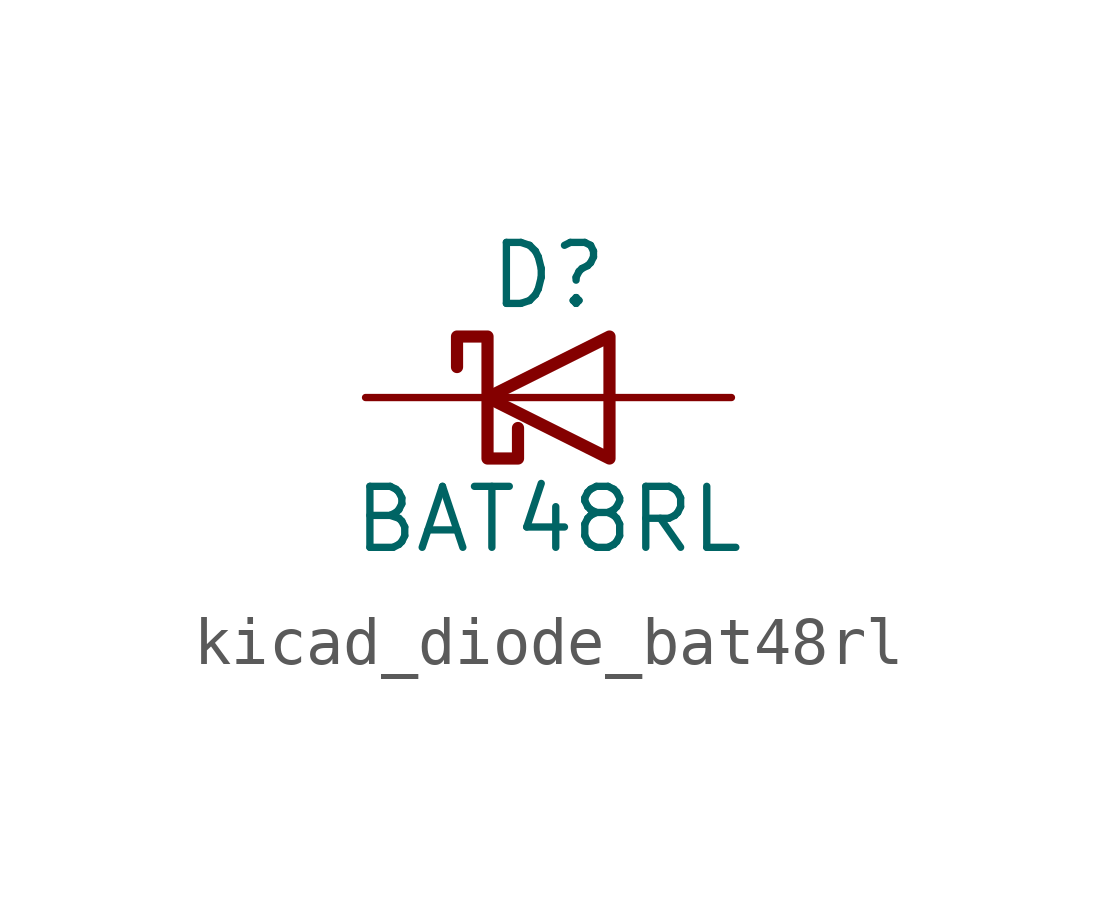
<source format=kicad_sym>
(kicad_symbol_lib
  (version 20220914)
  (generator kicad_symbol_editor)
  (symbol "kicad_diode_bat48rl"
    (pin_numbers hide)
    (pin_names
      (offset 1.016) hide)
    (property "Reference" "D"
      (at 0 2.54 0)
      (effects (font (size 1.27 1.27))))
    (property "Value" "BAT48RL"
      (at 0 -2.54 0)
      (effects (font (size 1.27 1.27))))
    (symbol "kicad_diode_bat48rl_0_1"
      (polyline (pts (xy 1.27 0) (xy -1.27 0)) (stroke (width 0) (type default)) (fill (type none)))
      (polyline (pts (xy 1.27 1.27) (xy 1.27 -1.27) (xy -1.27 0) (xy 1.27 1.27)) (stroke (width 0.254) (type default)) (fill (type none)))
      (polyline (pts (xy -1.905 0.635) (xy -1.905 1.27) (xy -1.27 1.27) (xy -1.27 -1.27) (xy -0.635 -1.27) (xy -0.635 -0.635)) (stroke (width 0.254) (type default)) (fill (type none))))
    (symbol "kicad_diode_bat48rl_1_1"
      (pin passive line (at -3.81 0 0) (length 2.54) (name "K" (effects (font (size 1.27 1.27)))) (number "1" (effects (font (size 1.27 1.27)))))
      (pin passive line (at 3.81 0 180) (length 2.54) (name "A" (effects (font (size 1.27 1.27)))) (number "2" (effects (font (size 1.27 1.27))))))))
</source>
